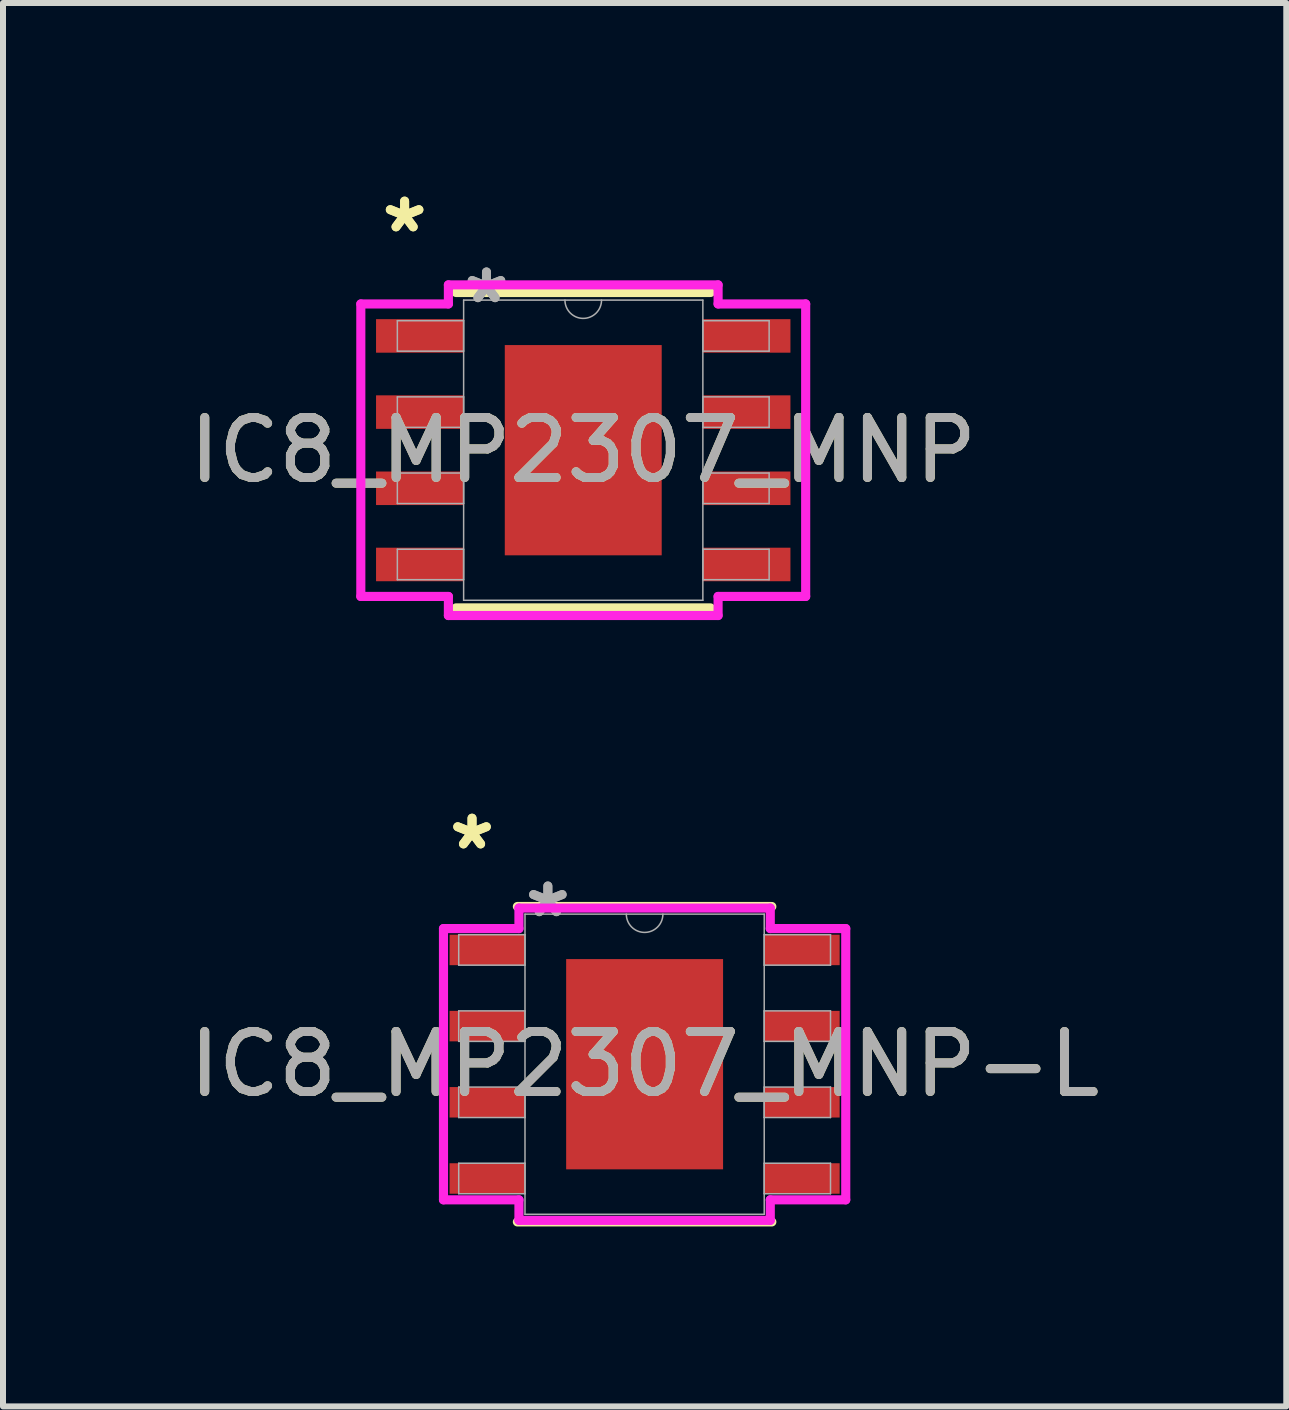
<source format=kicad_pcb>
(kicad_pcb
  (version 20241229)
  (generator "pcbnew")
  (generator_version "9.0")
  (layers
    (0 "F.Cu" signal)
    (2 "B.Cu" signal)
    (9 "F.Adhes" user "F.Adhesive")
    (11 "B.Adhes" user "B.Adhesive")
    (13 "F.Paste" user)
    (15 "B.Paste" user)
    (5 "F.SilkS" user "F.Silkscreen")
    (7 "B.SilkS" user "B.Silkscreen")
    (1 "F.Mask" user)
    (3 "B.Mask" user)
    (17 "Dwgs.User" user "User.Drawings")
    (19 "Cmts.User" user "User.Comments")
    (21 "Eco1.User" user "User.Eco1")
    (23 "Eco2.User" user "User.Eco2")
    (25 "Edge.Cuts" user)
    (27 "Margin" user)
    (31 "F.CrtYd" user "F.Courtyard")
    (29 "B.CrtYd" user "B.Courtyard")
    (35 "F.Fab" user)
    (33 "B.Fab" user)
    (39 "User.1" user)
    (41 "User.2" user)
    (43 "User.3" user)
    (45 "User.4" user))
  (footprint "IC8_MP2307_MNP"
    (layer "F.Cu")
    (at 6.673 4.455)
    (property "Reference" "IC8_MP2307_MNP" (at 0 0 0) (unlocked yes) (layer "F.SilkS") (effects (font (size 1 1) (thickness 0.15))))
    (attr smd)
    (fp_line (start -2.121 2.629) (end 2.121 2.629) (stroke (width 0.152) (type solid)) (layer "F.SilkS"))
    (fp_line (start 2.121 -2.629) (end -2.121 -2.629) (stroke (width 0.152) (type solid)) (layer "F.SilkS"))
    (fp_poly (pts (xy -1.208 -1.653) (xy -1.208 -0.1) (xy -0.1 -0.1) (xy -0.1 -1.653)) (stroke (width 0) (type solid)) (fill yes) (layer "F.Paste"))
    (fp_poly (pts (xy -1.208 0.1) (xy -1.208 1.653) (xy -0.1 1.653) (xy -0.1 0.1)) (stroke (width 0) (type solid)) (fill yes) (layer "F.Paste"))
    (fp_poly (pts (xy 0.1 -1.653) (xy 0.1 -0.1) (xy 1.208 -0.1) (xy 1.208 -1.653)) (stroke (width 0) (type solid)) (fill yes) (layer "F.Paste"))
    (fp_poly (pts (xy 0.1 0.1) (xy 0.1 1.653) (xy 1.208 1.653) (xy 1.208 0.1)) (stroke (width 0) (type solid)) (fill yes) (layer "F.Paste"))
    (fp_line (start -3.708 -2.438) (end -2.248 -2.438) (stroke (width 0.152) (type solid)) (layer "F.CrtYd"))
    (fp_line (start -3.708 2.438) (end -3.708 -2.438) (stroke (width 0.152) (type solid)) (layer "F.CrtYd"))
    (fp_line (start -3.708 2.438) (end -2.248 2.438) (stroke (width 0.152) (type solid)) (layer "F.CrtYd"))
    (fp_line (start -2.248 -2.756) (end 2.248 -2.756) (stroke (width 0.152) (type solid)) (layer "F.CrtYd"))
    (fp_line (start -2.248 -2.438) (end -2.248 -2.756) (stroke (width 0.152) (type solid)) (layer "F.CrtYd"))
    (fp_line (start -2.248 2.756) (end -2.248 2.438) (stroke (width 0.152) (type solid)) (layer "F.CrtYd"))
    (fp_line (start 2.248 -2.756) (end 2.248 -2.438) (stroke (width 0.152) (type solid)) (layer "F.CrtYd"))
    (fp_line (start 2.248 2.438) (end 2.248 2.756) (stroke (width 0.152) (type solid)) (layer "F.CrtYd"))
    (fp_line (start 2.248 2.756) (end -2.248 2.756) (stroke (width 0.152) (type solid)) (layer "F.CrtYd"))
    (fp_line (start 3.708 -2.438) (end 2.248 -2.438) (stroke (width 0.152) (type solid)) (layer "F.CrtYd"))
    (fp_line (start 3.708 -2.438) (end 3.708 2.438) (stroke (width 0.152) (type solid)) (layer "F.CrtYd"))
    (fp_line (start 3.708 2.438) (end 2.248 2.438) (stroke (width 0.152) (type solid)) (layer "F.CrtYd"))
    (fp_line (start -3.099 -2.159) (end -3.099 -1.651) (stroke (width 0.025) (type solid)) (layer "F.Fab"))
    (fp_line (start -3.099 -1.651) (end -1.994 -1.651) (stroke (width 0.025) (type solid)) (layer "F.Fab"))
    (fp_line (start -3.099 -0.889) (end -3.099 -0.381) (stroke (width 0.025) (type solid)) (layer "F.Fab"))
    (fp_line (start -3.099 -0.381) (end -1.994 -0.381) (stroke (width 0.025) (type solid)) (layer "F.Fab"))
    (fp_line (start -3.099 0.381) (end -3.099 0.889) (stroke (width 0.025) (type solid)) (layer "F.Fab"))
    (fp_line (start -3.099 0.889) (end -1.994 0.889) (stroke (width 0.025) (type solid)) (layer "F.Fab"))
    (fp_line (start -3.099 1.651) (end -3.099 2.159) (stroke (width 0.025) (type solid)) (layer "F.Fab"))
    (fp_line (start -3.099 2.159) (end -1.994 2.159) (stroke (width 0.025) (type solid)) (layer "F.Fab"))
    (fp_line (start -1.994 -2.502) (end -1.994 2.502) (stroke (width 0.025) (type solid)) (layer "F.Fab"))
    (fp_line (start -1.994 -2.159) (end -3.099 -2.159) (stroke (width 0.025) (type solid)) (layer "F.Fab"))
    (fp_line (start -1.994 -1.651) (end -1.994 -2.159) (stroke (width 0.025) (type solid)) (layer "F.Fab"))
    (fp_line (start -1.994 -0.889) (end -3.099 -0.889) (stroke (width 0.025) (type solid)) (layer "F.Fab"))
    (fp_line (start -1.994 -0.381) (end -1.994 -0.889) (stroke (width 0.025) (type solid)) (layer "F.Fab"))
    (fp_line (start -1.994 0.381) (end -3.099 0.381) (stroke (width 0.025) (type solid)) (layer "F.Fab"))
    (fp_line (start -1.994 0.889) (end -1.994 0.381) (stroke (width 0.025) (type solid)) (layer "F.Fab"))
    (fp_line (start -1.994 1.651) (end -3.099 1.651) (stroke (width 0.025) (type solid)) (layer "F.Fab"))
    (fp_line (start -1.994 2.159) (end -1.994 1.651) (stroke (width 0.025) (type solid)) (layer "F.Fab"))
    (fp_line (start -1.994 2.502) (end 1.994 2.502) (stroke (width 0.025) (type solid)) (layer "F.Fab"))
    (fp_line (start 1.994 -2.502) (end -1.994 -2.502) (stroke (width 0.025) (type solid)) (layer "F.Fab"))
    (fp_line (start 1.994 -2.159) (end 1.994 -1.651) (stroke (width 0.025) (type solid)) (layer "F.Fab"))
    (fp_line (start 1.994 -1.651) (end 3.099 -1.651) (stroke (width 0.025) (type solid)) (layer "F.Fab"))
    (fp_line (start 1.994 -0.889) (end 1.994 -0.381) (stroke (width 0.025) (type solid)) (layer "F.Fab"))
    (fp_line (start 1.994 -0.381) (end 3.099 -0.381) (stroke (width 0.025) (type solid)) (layer "F.Fab"))
    (fp_line (start 1.994 0.381) (end 1.994 0.889) (stroke (width 0.025) (type solid)) (layer "F.Fab"))
    (fp_line (start 1.994 0.889) (end 3.099 0.889) (stroke (width 0.025) (type solid)) (layer "F.Fab"))
    (fp_line (start 1.994 1.651) (end 1.994 2.159) (stroke (width 0.025) (type solid)) (layer "F.Fab"))
    (fp_line (start 1.994 2.159) (end 3.099 2.159) (stroke (width 0.025) (type solid)) (layer "F.Fab"))
    (fp_line (start 1.994 2.502) (end 1.994 -2.502) (stroke (width 0.025) (type solid)) (layer "F.Fab"))
    (fp_line (start 3.099 -2.159) (end 1.994 -2.159) (stroke (width 0.025) (type solid)) (layer "F.Fab"))
    (fp_line (start 3.099 -1.651) (end 3.099 -2.159) (stroke (width 0.025) (type solid)) (layer "F.Fab"))
    (fp_line (start 3.099 -0.889) (end 1.994 -0.889) (stroke (width 0.025) (type solid)) (layer "F.Fab"))
    (fp_line (start 3.099 -0.381) (end 3.099 -0.889) (stroke (width 0.025) (type solid)) (layer "F.Fab"))
    (fp_line (start 3.099 0.381) (end 1.994 0.381) (stroke (width 0.025) (type solid)) (layer "F.Fab"))
    (fp_line (start 3.099 0.889) (end 3.099 0.381) (stroke (width 0.025) (type solid)) (layer "F.Fab"))
    (fp_line (start 3.099 1.651) (end 1.994 1.651) (stroke (width 0.025) (type solid)) (layer "F.Fab"))
    (fp_line (start 3.099 2.159) (end 3.099 1.651) (stroke (width 0.025) (type solid)) (layer "F.Fab"))
    (fp_arc (start 0.3048 -2.5019) (mid 0 -2.1971) (end -0.3048 -2.5019) (stroke (width 0.0254) (type solid)) (layer "F.Fab"))
    (fp_text user "*" (at -2.978 -3.607 0) (unlocked yes) (layer "F.SilkS") (effects (font (size 1 1) (thickness 0.15))))
    (fp_text user "*" (at -2.978 -3.607 0) (layer "F.SilkS") (effects (font (size 1 1) (thickness 0.15))))
    (fp_text user "*" (at -1.613 -2.426 0) (layer "F.Fab") (effects (font (size 1 1) (thickness 0.15))))
    (fp_text user "*" (at -1.613 -2.426 0) (unlocked yes) (layer "F.Fab") (effects (font (size 1 1) (thickness 0.15))))
    (fp_text user "${REFERENCE}" (at 0 0 0) (unlocked yes) (layer "F.Fab") (effects (font (size 1 1) (thickness 0.15))))
    (pad "1" smd rect (at -2.724 -1.905) (size 1.46 0.559) (layers "F.Cu" "F.Mask" "F.Paste"))
    (pad "2" smd rect (at -2.724 -0.635) (size 1.46 0.559) (layers "F.Cu" "F.Mask" "F.Paste"))
    (pad "3" smd rect (at -2.724 0.635) (size 1.46 0.559) (layers "F.Cu" "F.Mask" "F.Paste"))
    (pad "4" smd rect (at -2.724 1.905) (size 1.46 0.559) (layers "F.Cu" "F.Mask" "F.Paste"))
    (pad "5" smd rect (at 2.724 1.905) (size 1.46 0.559) (layers "F.Cu" "F.Mask" "F.Paste"))
    (pad "6" smd rect (at 2.724 0.635) (size 1.46 0.559) (layers "F.Cu" "F.Mask" "F.Paste"))
    (pad "7" smd rect (at 2.724 -0.635) (size 1.46 0.559) (layers "F.Cu" "F.Mask" "F.Paste"))
    (pad "8" smd rect (at 2.724 -1.905) (size 1.46 0.559) (layers "F.Cu" "F.Mask" "F.Paste"))
    (pad "EPAD" smd rect (at 0 0) (size 2.616 3.505) (layers "F.Cu" "F.Mask")))
  (footprint "IC8_MP2307_MNP-L"
    (layer "F.Cu")
    (at 7.696 14.691)
    (property "Reference" "IC8_MP2307_MNP-L" (at 0 0 0) (unlocked yes) (layer "F.SilkS") (effects (font (size 1 1) (thickness 0.15))))
    (attr smd)
    (fp_line (start -2.121 2.629) (end 2.121 2.629) (stroke (width 0.152) (type solid)) (layer "F.SilkS"))
    (fp_line (start 2.121 -2.629) (end -2.121 -2.629) (stroke (width 0.152) (type solid)) (layer "F.SilkS"))
    (fp_poly (pts (xy -1.208 -1.653) (xy -1.208 -0.1) (xy -0.1 -0.1) (xy -0.1 -1.653)) (stroke (width 0) (type solid)) (fill yes) (layer "F.Paste"))
    (fp_poly (pts (xy -1.208 0.1) (xy -1.208 1.653) (xy -0.1 1.653) (xy -0.1 0.1)) (stroke (width 0) (type solid)) (fill yes) (layer "F.Paste"))
    (fp_poly (pts (xy 0.1 -1.653) (xy 0.1 -0.1) (xy 1.208 -0.1) (xy 1.208 -1.653)) (stroke (width 0) (type solid)) (fill yes) (layer "F.Paste"))
    (fp_poly (pts (xy 0.1 0.1) (xy 0.1 1.653) (xy 1.208 1.653) (xy 1.208 0.1)) (stroke (width 0) (type solid)) (fill yes) (layer "F.Paste"))
    (fp_line (start -3.353 -2.261) (end -2.095 -2.261) (stroke (width 0.152) (type solid)) (layer "F.CrtYd"))
    (fp_line (start -3.353 2.261) (end -3.353 -2.261) (stroke (width 0.152) (type solid)) (layer "F.CrtYd"))
    (fp_line (start -3.353 2.261) (end -2.095 2.261) (stroke (width 0.152) (type solid)) (layer "F.CrtYd"))
    (fp_line (start -2.095 -2.603) (end 2.095 -2.603) (stroke (width 0.152) (type solid)) (layer "F.CrtYd"))
    (fp_line (start -2.095 -2.261) (end -2.095 -2.603) (stroke (width 0.152) (type solid)) (layer "F.CrtYd"))
    (fp_line (start -2.095 2.603) (end -2.095 2.261) (stroke (width 0.152) (type solid)) (layer "F.CrtYd"))
    (fp_line (start 2.095 -2.603) (end 2.095 -2.261) (stroke (width 0.152) (type solid)) (layer "F.CrtYd"))
    (fp_line (start 2.095 2.261) (end 2.095 2.603) (stroke (width 0.152) (type solid)) (layer "F.CrtYd"))
    (fp_line (start 2.095 2.603) (end -2.095 2.603) (stroke (width 0.152) (type solid)) (layer "F.CrtYd"))
    (fp_line (start 3.353 -2.261) (end 2.095 -2.261) (stroke (width 0.152) (type solid)) (layer "F.CrtYd"))
    (fp_line (start 3.353 -2.261) (end 3.353 2.261) (stroke (width 0.152) (type solid)) (layer "F.CrtYd"))
    (fp_line (start 3.353 2.261) (end 2.095 2.261) (stroke (width 0.152) (type solid)) (layer "F.CrtYd"))
    (fp_line (start -3.099 -2.159) (end -3.099 -1.651) (stroke (width 0.025) (type solid)) (layer "F.Fab"))
    (fp_line (start -3.099 -1.651) (end -1.994 -1.651) (stroke (width 0.025) (type solid)) (layer "F.Fab"))
    (fp_line (start -3.099 -0.889) (end -3.099 -0.381) (stroke (width 0.025) (type solid)) (layer "F.Fab"))
    (fp_line (start -3.099 -0.381) (end -1.994 -0.381) (stroke (width 0.025) (type solid)) (layer "F.Fab"))
    (fp_line (start -3.099 0.381) (end -3.099 0.889) (stroke (width 0.025) (type solid)) (layer "F.Fab"))
    (fp_line (start -3.099 0.889) (end -1.994 0.889) (stroke (width 0.025) (type solid)) (layer "F.Fab"))
    (fp_line (start -3.099 1.651) (end -3.099 2.159) (stroke (width 0.025) (type solid)) (layer "F.Fab"))
    (fp_line (start -3.099 2.159) (end -1.994 2.159) (stroke (width 0.025) (type solid)) (layer "F.Fab"))
    (fp_line (start -1.994 -2.502) (end -1.994 2.502) (stroke (width 0.025) (type solid)) (layer "F.Fab"))
    (fp_line (start -1.994 -2.159) (end -3.099 -2.159) (stroke (width 0.025) (type solid)) (layer "F.Fab"))
    (fp_line (start -1.994 -1.651) (end -1.994 -2.159) (stroke (width 0.025) (type solid)) (layer "F.Fab"))
    (fp_line (start -1.994 -0.889) (end -3.099 -0.889) (stroke (width 0.025) (type solid)) (layer "F.Fab"))
    (fp_line (start -1.994 -0.381) (end -1.994 -0.889) (stroke (width 0.025) (type solid)) (layer "F.Fab"))
    (fp_line (start -1.994 0.381) (end -3.099 0.381) (stroke (width 0.025) (type solid)) (layer "F.Fab"))
    (fp_line (start -1.994 0.889) (end -1.994 0.381) (stroke (width 0.025) (type solid)) (layer "F.Fab"))
    (fp_line (start -1.994 1.651) (end -3.099 1.651) (stroke (width 0.025) (type solid)) (layer "F.Fab"))
    (fp_line (start -1.994 2.159) (end -1.994 1.651) (stroke (width 0.025) (type solid)) (layer "F.Fab"))
    (fp_line (start -1.994 2.502) (end 1.994 2.502) (stroke (width 0.025) (type solid)) (layer "F.Fab"))
    (fp_line (start 1.994 -2.502) (end -1.994 -2.502) (stroke (width 0.025) (type solid)) (layer "F.Fab"))
    (fp_line (start 1.994 -2.159) (end 1.994 -1.651) (stroke (width 0.025) (type solid)) (layer "F.Fab"))
    (fp_line (start 1.994 -1.651) (end 3.099 -1.651) (stroke (width 0.025) (type solid)) (layer "F.Fab"))
    (fp_line (start 1.994 -0.889) (end 1.994 -0.381) (stroke (width 0.025) (type solid)) (layer "F.Fab"))
    (fp_line (start 1.994 -0.381) (end 3.099 -0.381) (stroke (width 0.025) (type solid)) (layer "F.Fab"))
    (fp_line (start 1.994 0.381) (end 1.994 0.889) (stroke (width 0.025) (type solid)) (layer "F.Fab"))
    (fp_line (start 1.994 0.889) (end 3.099 0.889) (stroke (width 0.025) (type solid)) (layer "F.Fab"))
    (fp_line (start 1.994 1.651) (end 1.994 2.159) (stroke (width 0.025) (type solid)) (layer "F.Fab"))
    (fp_line (start 1.994 2.159) (end 3.099 2.159) (stroke (width 0.025) (type solid)) (layer "F.Fab"))
    (fp_line (start 1.994 2.502) (end 1.994 -2.502) (stroke (width 0.025) (type solid)) (layer "F.Fab"))
    (fp_line (start 3.099 -2.159) (end 1.994 -2.159) (stroke (width 0.025) (type solid)) (layer "F.Fab"))
    (fp_line (start 3.099 -1.651) (end 3.099 -2.159) (stroke (width 0.025) (type solid)) (layer "F.Fab"))
    (fp_line (start 3.099 -0.889) (end 1.994 -0.889) (stroke (width 0.025) (type solid)) (layer "F.Fab"))
    (fp_line (start 3.099 -0.381) (end 3.099 -0.889) (stroke (width 0.025) (type solid)) (layer "F.Fab"))
    (fp_line (start 3.099 0.381) (end 1.994 0.381) (stroke (width 0.025) (type solid)) (layer "F.Fab"))
    (fp_line (start 3.099 0.889) (end 3.099 0.381) (stroke (width 0.025) (type solid)) (layer "F.Fab"))
    (fp_line (start 3.099 1.651) (end 1.994 1.651) (stroke (width 0.025) (type solid)) (layer "F.Fab"))
    (fp_line (start 3.099 2.159) (end 3.099 1.651) (stroke (width 0.025) (type solid)) (layer "F.Fab"))
    (fp_arc (start 0.3048 -2.5019) (mid 0 -2.1971) (end -0.3048 -2.5019) (stroke (width 0.0254) (type solid)) (layer "F.Fab"))
    (fp_text user "*" (at -2.877 -3.556 0) (layer "F.SilkS") (effects (font (size 1 1) (thickness 0.15))))
    (fp_text user "*" (at -2.877 -3.556 0) (unlocked yes) (layer "F.SilkS") (effects (font (size 1 1) (thickness 0.15))))
    (fp_text user "*" (at -1.613 -2.426 0) (layer "F.Fab") (effects (font (size 1 1) (thickness 0.15))))
    (fp_text user "*" (at -1.613 -2.426 0) (unlocked yes) (layer "F.Fab") (effects (font (size 1 1) (thickness 0.15))))
    (fp_text user "${REFERENCE}" (at 0 0 0) (unlocked yes) (layer "F.Fab") (effects (font (size 1 1) (thickness 0.15))))
    (pad "1" smd rect (at -2.623 -1.905) (size 1.257 0.508) (layers "F.Cu" "F.Mask" "F.Paste"))
    (pad "2" smd rect (at -2.623 -0.635) (size 1.257 0.508) (layers "F.Cu" "F.Mask" "F.Paste"))
    (pad "3" smd rect (at -2.623 0.635) (size 1.257 0.508) (layers "F.Cu" "F.Mask" "F.Paste"))
    (pad "4" smd rect (at -2.623 1.905) (size 1.257 0.508) (layers "F.Cu" "F.Mask" "F.Paste"))
    (pad "5" smd rect (at 2.623 1.905) (size 1.257 0.508) (layers "F.Cu" "F.Mask" "F.Paste"))
    (pad "6" smd rect (at 2.623 0.635) (size 1.257 0.508) (layers "F.Cu" "F.Mask" "F.Paste"))
    (pad "7" smd rect (at 2.623 -0.635) (size 1.257 0.508) (layers "F.Cu" "F.Mask" "F.Paste"))
    (pad "8" smd rect (at 2.623 -1.905) (size 1.257 0.508) (layers "F.Cu" "F.Mask" "F.Paste"))
    (pad "EPAD" smd rect (at 0 0) (size 2.616 3.505) (layers "F.Cu" "F.Mask")))
  (gr_rect
    (start -3 -3)
    (end 18.393 20.396)
    (stroke (width 0.1) (type default))
    (fill no)
    (layer "Edge.Cuts")))
</source>
